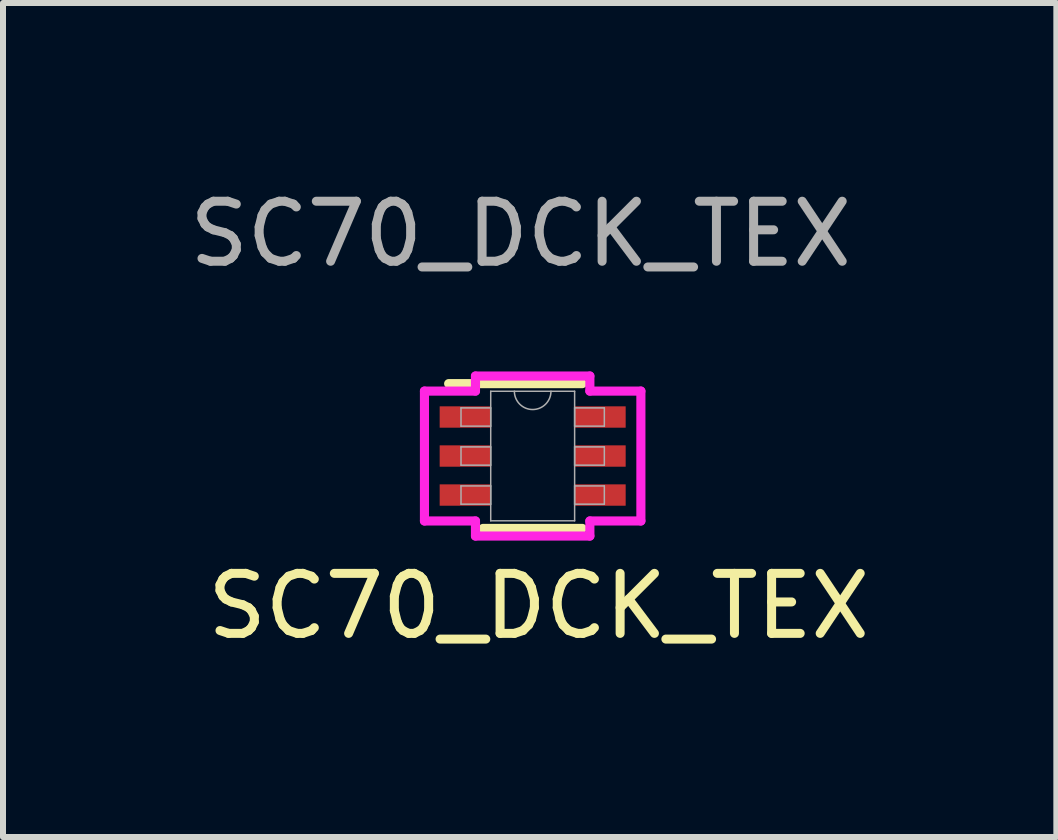
<source format=kicad_pcb>
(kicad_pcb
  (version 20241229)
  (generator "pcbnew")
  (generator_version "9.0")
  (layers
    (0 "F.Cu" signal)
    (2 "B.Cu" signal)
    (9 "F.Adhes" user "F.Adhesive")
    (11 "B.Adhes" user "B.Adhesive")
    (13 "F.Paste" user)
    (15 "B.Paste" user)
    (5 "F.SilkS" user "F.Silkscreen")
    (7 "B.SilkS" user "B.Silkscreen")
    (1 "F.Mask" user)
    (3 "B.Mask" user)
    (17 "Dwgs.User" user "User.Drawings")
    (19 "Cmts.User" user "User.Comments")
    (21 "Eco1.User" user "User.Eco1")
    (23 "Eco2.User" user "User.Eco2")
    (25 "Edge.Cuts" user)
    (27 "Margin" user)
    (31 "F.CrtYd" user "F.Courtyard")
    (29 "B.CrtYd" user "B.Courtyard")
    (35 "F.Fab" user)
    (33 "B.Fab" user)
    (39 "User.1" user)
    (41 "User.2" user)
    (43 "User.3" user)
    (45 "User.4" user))
  (footprint "SC70_DCK_TEX"
    (layer "F.Cu")
    (at 5.825 4.548)
    (property "Reference" "SC70_DCK_TEX" (at 0.1 2.5 0) (unlocked yes) (layer "F.SilkS") (effects (font (size 1 1) (thickness 0.15))))
    (attr smd)
    (fp_line (start -0.826 1.206) (end 0.826 1.206) (stroke (width 0.152) (type solid)) (layer "F.SilkS"))
    (fp_line (start 0.826 -1.206) (end -1.4 -1.206) (stroke (width 0.152) (type solid)) (layer "F.SilkS"))
    (fp_line (start -1.803 -1.082) (end -0.953 -1.082) (stroke (width 0.152) (type solid)) (layer "F.CrtYd"))
    (fp_line (start -1.803 1.082) (end -1.803 -1.082) (stroke (width 0.152) (type solid)) (layer "F.CrtYd"))
    (fp_line (start -1.803 1.082) (end -0.953 1.082) (stroke (width 0.152) (type solid)) (layer "F.CrtYd"))
    (fp_line (start -0.953 -1.333) (end 0.953 -1.333) (stroke (width 0.152) (type solid)) (layer "F.CrtYd"))
    (fp_line (start -0.953 -1.082) (end -0.953 -1.333) (stroke (width 0.152) (type solid)) (layer "F.CrtYd"))
    (fp_line (start -0.953 1.333) (end -0.953 1.082) (stroke (width 0.152) (type solid)) (layer "F.CrtYd"))
    (fp_line (start 0.953 -1.333) (end 0.953 -1.082) (stroke (width 0.152) (type solid)) (layer "F.CrtYd"))
    (fp_line (start 0.953 1.082) (end 0.953 1.333) (stroke (width 0.152) (type solid)) (layer "F.CrtYd"))
    (fp_line (start 0.953 1.333) (end -0.953 1.333) (stroke (width 0.152) (type solid)) (layer "F.CrtYd"))
    (fp_line (start 1.803 -1.082) (end 0.953 -1.082) (stroke (width 0.152) (type solid)) (layer "F.CrtYd"))
    (fp_line (start 1.803 -1.082) (end 1.803 1.082) (stroke (width 0.152) (type solid)) (layer "F.CrtYd"))
    (fp_line (start 1.803 1.082) (end 0.953 1.082) (stroke (width 0.152) (type solid)) (layer "F.CrtYd"))
    (fp_line (start -1.194 -0.802) (end -1.194 -0.498) (stroke (width 0.025) (type solid)) (layer "F.Fab"))
    (fp_line (start -1.194 -0.498) (end -0.699 -0.498) (stroke (width 0.025) (type solid)) (layer "F.Fab"))
    (fp_line (start -1.194 -0.152) (end -1.194 0.152) (stroke (width 0.025) (type solid)) (layer "F.Fab"))
    (fp_line (start -1.194 0.152) (end -0.699 0.152) (stroke (width 0.025) (type solid)) (layer "F.Fab"))
    (fp_line (start -1.194 0.498) (end -1.194 0.802) (stroke (width 0.025) (type solid)) (layer "F.Fab"))
    (fp_line (start -1.194 0.802) (end -0.699 0.802) (stroke (width 0.025) (type solid)) (layer "F.Fab"))
    (fp_line (start -0.699 -1.079) (end -0.699 1.079) (stroke (width 0.025) (type solid)) (layer "F.Fab"))
    (fp_line (start -0.699 -0.802) (end -1.194 -0.802) (stroke (width 0.025) (type solid)) (layer "F.Fab"))
    (fp_line (start -0.699 -0.498) (end -0.699 -0.802) (stroke (width 0.025) (type solid)) (layer "F.Fab"))
    (fp_line (start -0.699 -0.152) (end -1.194 -0.152) (stroke (width 0.025) (type solid)) (layer "F.Fab"))
    (fp_line (start -0.699 0.152) (end -0.699 -0.152) (stroke (width 0.025) (type solid)) (layer "F.Fab"))
    (fp_line (start -0.699 0.498) (end -1.194 0.498) (stroke (width 0.025) (type solid)) (layer "F.Fab"))
    (fp_line (start -0.699 0.802) (end -0.699 0.498) (stroke (width 0.025) (type solid)) (layer "F.Fab"))
    (fp_line (start -0.699 1.079) (end 0.699 1.079) (stroke (width 0.025) (type solid)) (layer "F.Fab"))
    (fp_line (start 0.699 -1.079) (end -0.699 -1.079) (stroke (width 0.025) (type solid)) (layer "F.Fab"))
    (fp_line (start 0.699 -0.802) (end 0.699 -0.498) (stroke (width 0.025) (type solid)) (layer "F.Fab"))
    (fp_line (start 0.699 -0.498) (end 1.194 -0.498) (stroke (width 0.025) (type solid)) (layer "F.Fab"))
    (fp_line (start 0.699 -0.152) (end 0.699 0.152) (stroke (width 0.025) (type solid)) (layer "F.Fab"))
    (fp_line (start 0.699 0.152) (end 1.194 0.152) (stroke (width 0.025) (type solid)) (layer "F.Fab"))
    (fp_line (start 0.699 0.498) (end 0.699 0.802) (stroke (width 0.025) (type solid)) (layer "F.Fab"))
    (fp_line (start 0.699 0.802) (end 1.194 0.802) (stroke (width 0.025) (type solid)) (layer "F.Fab"))
    (fp_line (start 0.699 1.079) (end 0.699 -1.079) (stroke (width 0.025) (type solid)) (layer "F.Fab"))
    (fp_line (start 1.194 -0.802) (end 0.699 -0.802) (stroke (width 0.025) (type solid)) (layer "F.Fab"))
    (fp_line (start 1.194 -0.498) (end 1.194 -0.802) (stroke (width 0.025) (type solid)) (layer "F.Fab"))
    (fp_line (start 1.194 -0.152) (end 0.699 -0.152) (stroke (width 0.025) (type solid)) (layer "F.Fab"))
    (fp_line (start 1.194 0.152) (end 1.194 -0.152) (stroke (width 0.025) (type solid)) (layer "F.Fab"))
    (fp_line (start 1.194 0.498) (end 0.699 0.498) (stroke (width 0.025) (type solid)) (layer "F.Fab"))
    (fp_line (start 1.194 0.802) (end 1.194 0.498) (stroke (width 0.025) (type solid)) (layer "F.Fab"))
    (fp_arc (start 0.3048 -1.0795) (mid 0 -0.7747) (end -0.3048 -1.0795) (stroke (width 0.0254) (type solid)) (layer "F.Fab"))
    (fp_text user "${REFERENCE}" (at -0.2 -3.7 0) (unlocked yes) (layer "F.Fab") (effects (font (size 1 1) (thickness 0.15))))
    (pad "1" smd rect (at -1.124 -0.65) (size 0.851 0.356) (layers "F.Cu" "F.Mask" "F.Paste"))
    (pad "2" smd rect (at -1.124 0) (size 0.851 0.356) (layers "F.Cu" "F.Mask" "F.Paste"))
    (pad "3" smd rect (at -1.124 0.65) (size 0.851 0.356) (layers "F.Cu" "F.Mask" "F.Paste"))
    (pad "4" smd rect (at 1.124 0.65) (size 0.851 0.356) (layers "F.Cu" "F.Mask" "F.Paste"))
    (pad "5" smd rect (at 1.124 0) (size 0.851 0.356) (layers "F.Cu" "F.Mask" "F.Paste"))
    (pad "6" smd rect (at 1.124 -0.65) (size 0.851 0.356) (layers "F.Cu" "F.Mask" "F.Paste")))
  (gr_rect
    (start -3 -3)
    (end 14.55 10.896)
    (stroke (width 0.1) (type default))
    (fill no)
    (layer "Edge.Cuts")))
</source>
